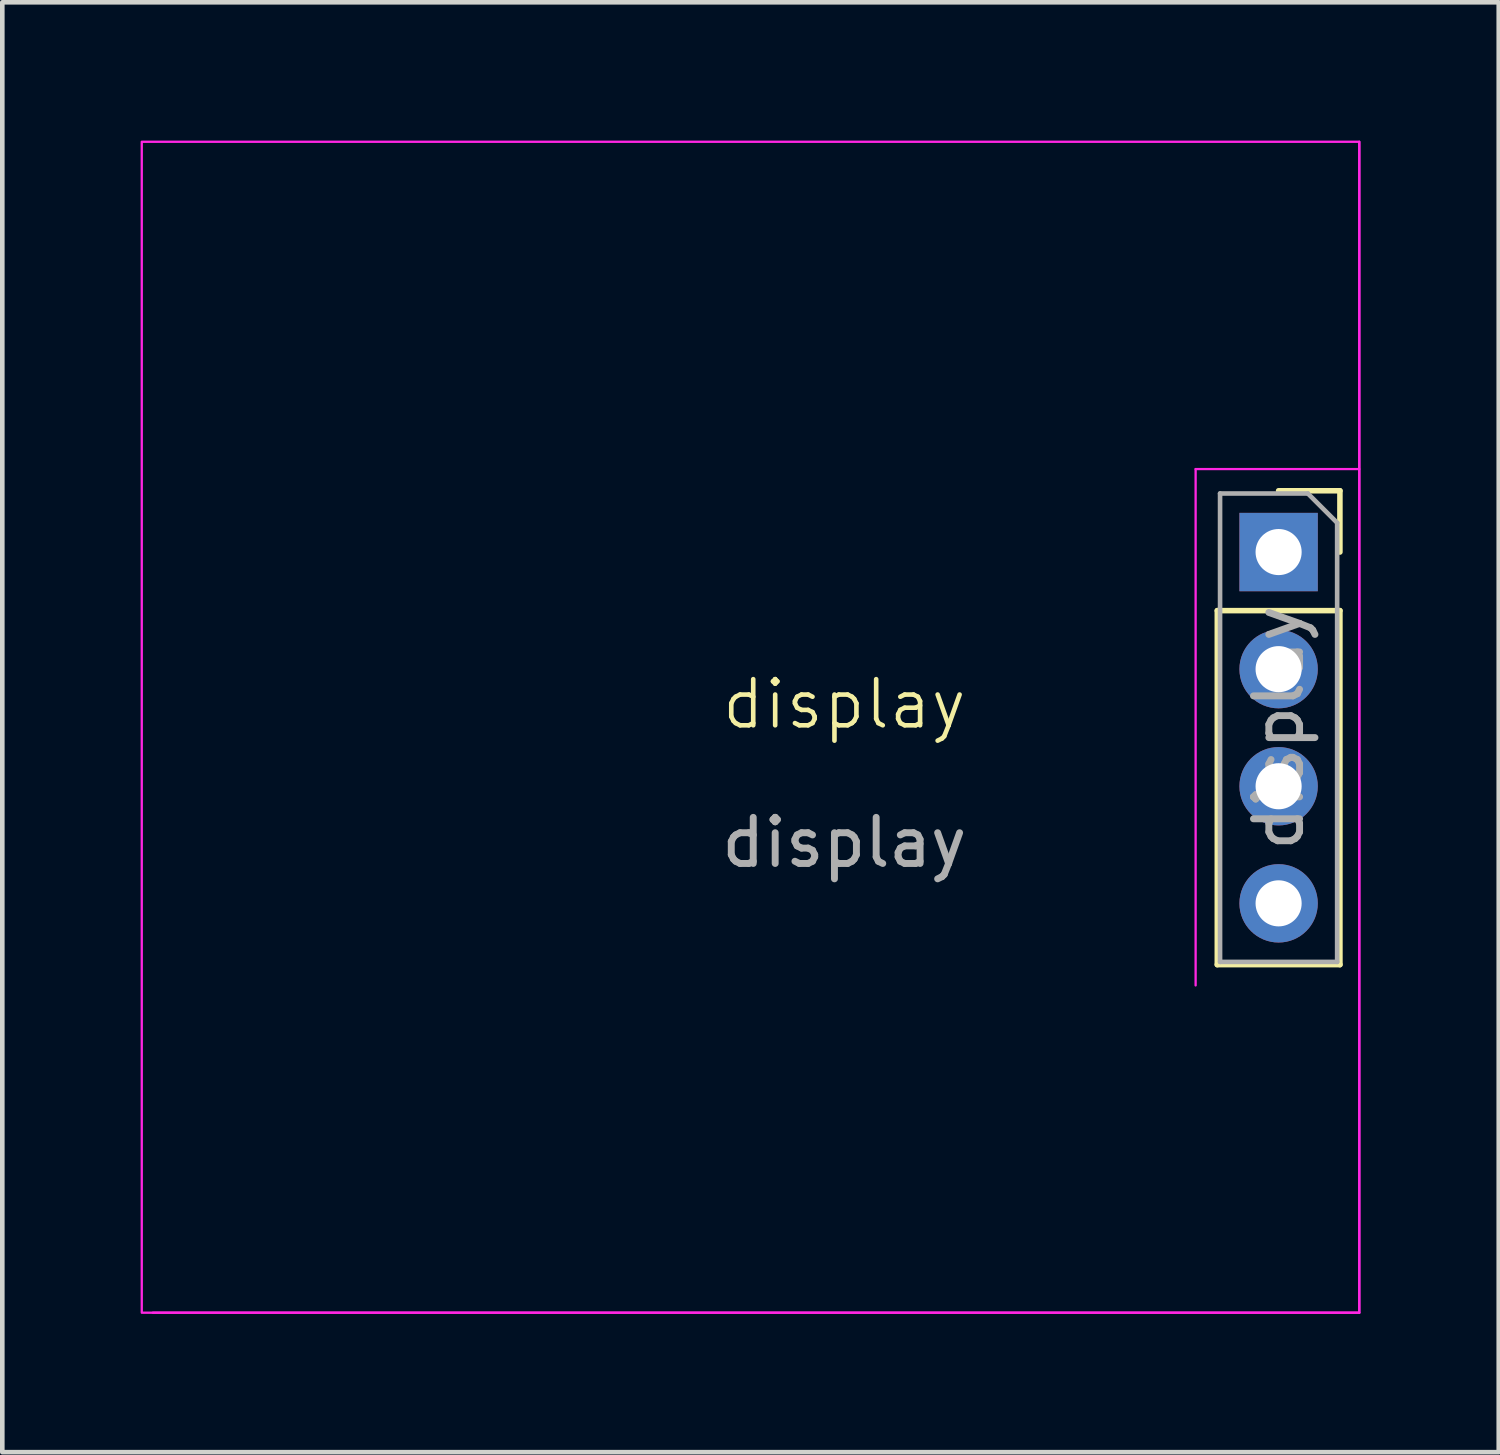
<source format=kicad_pcb>
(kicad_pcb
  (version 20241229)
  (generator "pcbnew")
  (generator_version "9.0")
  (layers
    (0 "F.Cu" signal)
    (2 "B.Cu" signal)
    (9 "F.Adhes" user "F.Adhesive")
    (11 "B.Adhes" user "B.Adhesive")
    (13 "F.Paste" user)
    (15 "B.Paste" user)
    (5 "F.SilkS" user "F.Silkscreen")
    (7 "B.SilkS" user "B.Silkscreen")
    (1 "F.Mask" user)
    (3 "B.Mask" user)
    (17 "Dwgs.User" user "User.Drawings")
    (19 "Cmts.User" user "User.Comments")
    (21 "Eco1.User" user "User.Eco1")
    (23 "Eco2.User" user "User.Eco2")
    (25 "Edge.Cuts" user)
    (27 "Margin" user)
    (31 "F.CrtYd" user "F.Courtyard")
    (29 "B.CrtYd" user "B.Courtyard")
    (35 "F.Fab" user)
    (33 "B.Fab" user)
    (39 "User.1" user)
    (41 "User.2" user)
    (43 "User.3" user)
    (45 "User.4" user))
  (footprint "display"
    (layer "F.Cu")
    (at 15.265 12.725)
    (property "Reference" "display" (at 0 -0.5 0) (unlocked yes) (layer "F.SilkS") (effects (font (size 1 1) (thickness 0.1))))
    (attr through_hole)
    (fp_line (start 8.09 -2.53) (end 8.09 5.15) (stroke (width 0.12) (type solid)) (layer "F.SilkS"))
    (fp_line (start 8.09 -2.53) (end 10.75 -2.53) (stroke (width 0.12) (type solid)) (layer "F.SilkS"))
    (fp_line (start 8.09 5.15) (end 10.75 5.15) (stroke (width 0.12) (type solid)) (layer "F.SilkS"))
    (fp_line (start 9.42 -5.13) (end 10.75 -5.13) (stroke (width 0.12) (type solid)) (layer "F.SilkS"))
    (fp_line (start 10.75 -5.13) (end 10.75 -3.8) (stroke (width 0.12) (type solid)) (layer "F.SilkS"))
    (fp_line (start 10.75 -2.53) (end 10.75 5.15) (stroke (width 0.12) (type solid)) (layer "F.SilkS"))
    (fp_line (start 7.62 -5.6) (end 11.17 -5.6) (stroke (width 0.05) (type solid)) (layer "F.CrtYd"))
    (fp_line (start 7.62 5.6) (end 7.62 -5.6) (stroke (width 0.05) (type solid)) (layer "F.CrtYd"))
    (fp_line (start 11.17 -12.7) (end 11.17 12.7) (stroke (width 0.05) (type solid)) (layer "F.CrtYd"))
    (fp_line (start 11.17 12.7) (end -15 12.7) (stroke (width 0.05) (type solid)) (layer "F.CrtYd"))
    (fp_rect (start 11.17 12.7) (end -15.24 -12.7) (stroke (width 0.05) (type default)) (fill no) (layer "F.CrtYd"))
    (fp_line (start 8.15 -5.07) (end 10.055 -5.07) (stroke (width 0.1) (type solid)) (layer "F.Fab"))
    (fp_line (start 8.15 5.09) (end 8.15 -5.07) (stroke (width 0.1) (type solid)) (layer "F.Fab"))
    (fp_line (start 10.055 -5.07) (end 10.69 -4.435) (stroke (width 0.1) (type solid)) (layer "F.Fab"))
    (fp_line (start 10.69 -4.435) (end 10.69 5.09) (stroke (width 0.1) (type solid)) (layer "F.Fab"))
    (fp_line (start 10.69 5.09) (end 8.15 5.09) (stroke (width 0.1) (type solid)) (layer "F.Fab"))
    (fp_text user "${REFERENCE}" (at 0 2.5 0) (unlocked yes) (layer "F.Fab") (effects (font (size 1 1) (thickness 0.15))))
    (fp_text user "${REFERENCE}" (at 9.42 0.01 90) (layer "F.Fab") (effects (font (size 1 1) (thickness 0.15))))
    (pad "1" thru_hole rect (at 9.42 -3.8) (size 1.7 1.7) (drill 1) (layers "*.Cu" "*.Mask"))
    (pad "2" thru_hole oval (at 9.42 -1.26) (size 1.7 1.7) (drill 1) (layers "*.Cu" "*.Mask"))
    (pad "3" thru_hole oval (at 9.42 1.28) (size 1.7 1.7) (drill 1) (layers "*.Cu" "*.Mask"))
    (pad "4" thru_hole oval (at 9.42 3.82) (size 1.7 1.7) (drill 1) (layers "*.Cu" "*.Mask")))
  (gr_rect
    (start -3 -3)
    (end 29.46 28.45)
    (stroke (width 0.1) (type default))
    (fill no)
    (layer "Edge.Cuts")))
</source>
